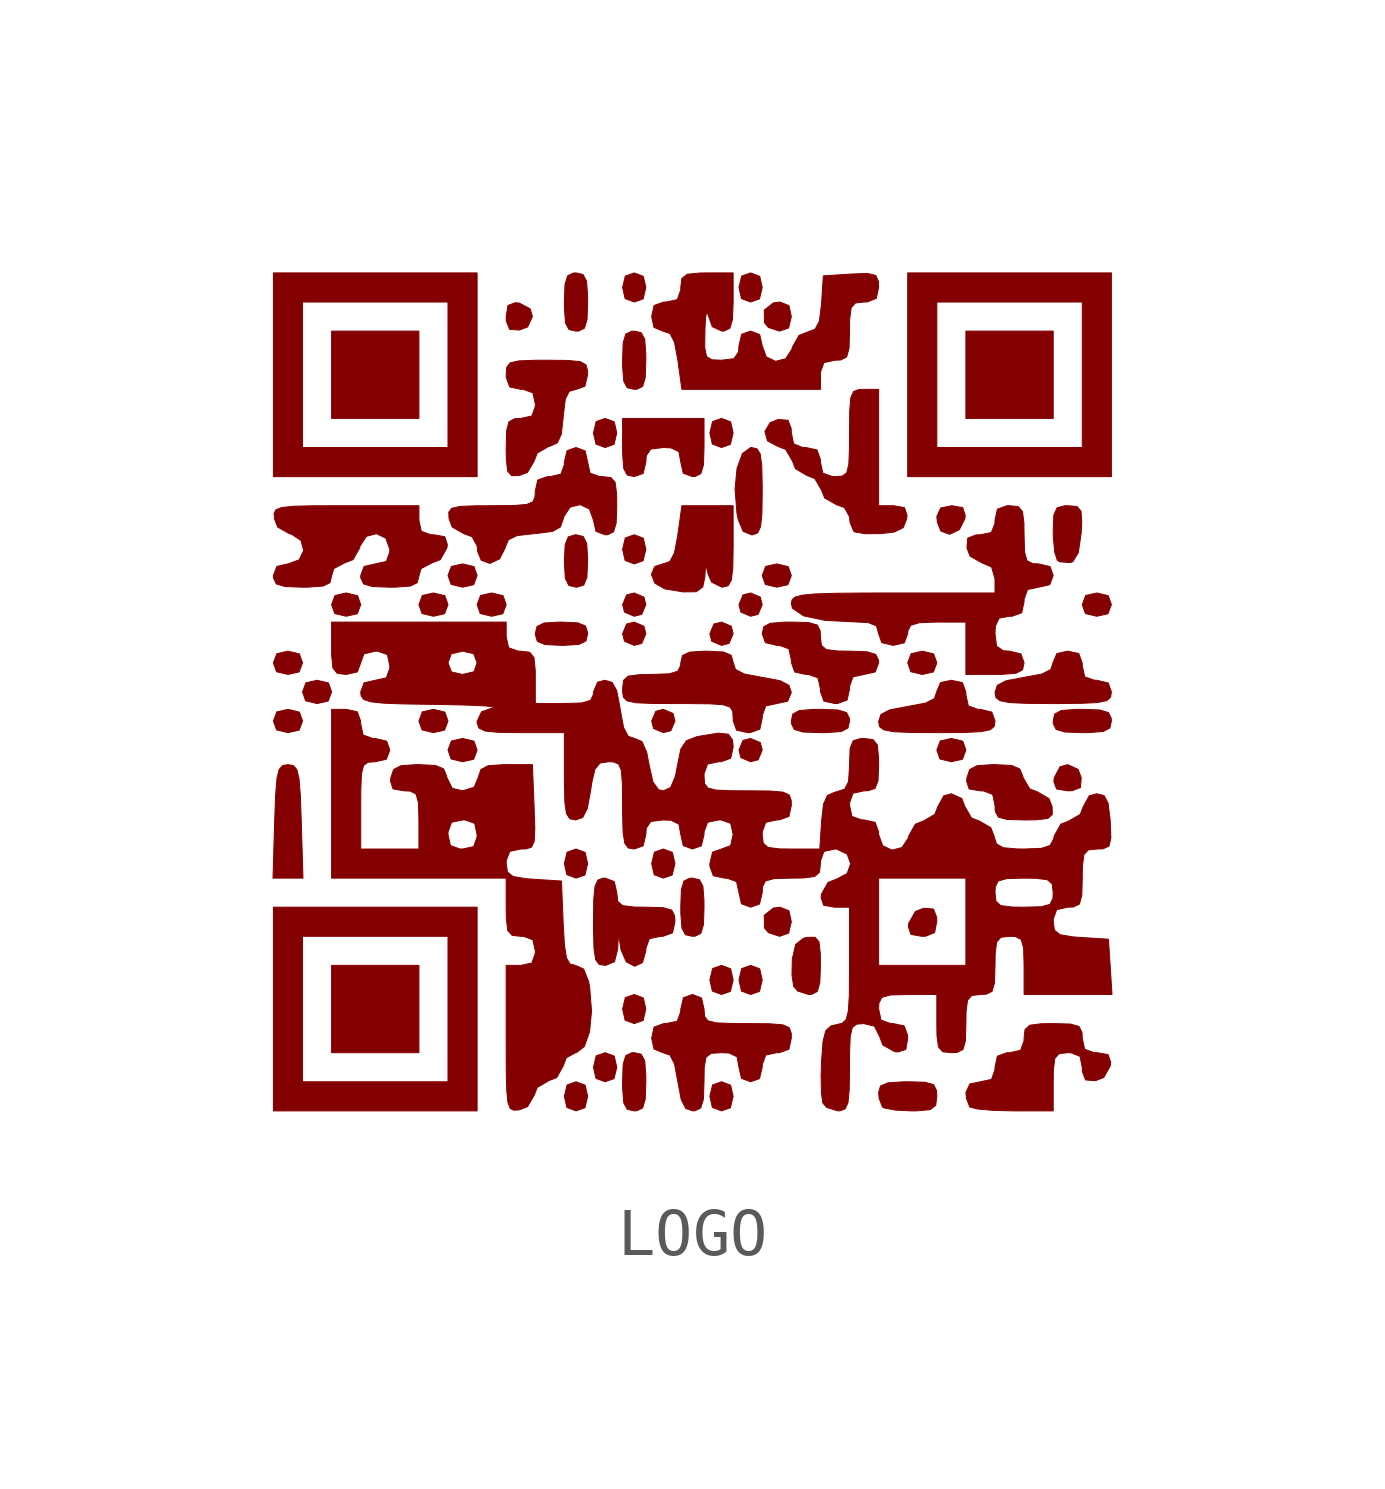
<source format=kicad_sym>
(kicad_symbol_lib
  (version 20210619)
  (generator bitmap2component)
  (symbol "LOGO"
    (pin_names
      (offset 1.016))
    (property "Reference" "#G"
      (at 0 9.672 0)
      (effects (font (size 1.27 1.27)) hide))
    (symbol "LOGO_0_0"
      (polyline (pts (xy -4.54 -5.276) (xy -8.835 -5.276) (xy -8.835 -5.89) (xy -8.221 -5.89) (xy -5.154 -5.89) (xy -5.154 -8.957) (xy -8.221 -8.957) (xy -8.221 -5.89) (xy -8.835 -5.89) (xy -8.835 -9.571) (xy -4.54 -9.571) (xy -4.54 -5.276)) (stroke (width 0.01)) (fill (type outline)))
      (polyline (pts (xy -3.651 -9.549) (xy -3.478 -9.483) (xy -3.336 -9.241) (xy -3.272 -9.076) (xy -3.029 -8.934) (xy -2.861 -8.868) (xy -2.722 -8.62) (xy -2.66 -8.451) (xy -2.462 -8.344) (xy -2.446 -8.343) (xy -2.279 -8.215) (xy -2.169 -7.905) (xy -2.127 -7.471) (xy -2.166 -6.966) (xy -2.189 -6.842) (xy -2.293 -6.58) (xy -2.464 -6.503) (xy -2.58 -6.474) (xy -2.655 -6.349) (xy -2.698 -6.079) (xy -2.725 -5.614) (xy -2.761 -4.724) (xy -3.344 -4.687) (xy -3.507 -4.675) (xy -3.783 -4.629) (xy -3.901 -4.533) (xy -3.927 -4.349) (xy -3.925 -4.291) (xy -3.851 -4.098) (xy -3.615 -4.049) (xy -3.506 -4.047) (xy -3.391 -4.009) (xy -3.335 -3.883) (xy -3.323 -3.618) (xy -3.338 -3.16) (xy -3.374 -2.27) (xy -3.927 -2.27) (xy -3.987 -2.27) (xy -4.307 -2.292) (xy -4.46 -2.373) (xy -4.518 -2.546) (xy -4.602 -2.746) (xy -4.847 -2.822) (xy -5.064 -2.769) (xy -5.176 -2.546) (xy -5.181 -2.516) (xy -5.247 -2.358) (xy -5.42 -2.287) (xy -5.767 -2.27) (xy -5.828 -2.27) (xy -6.147 -2.292) (xy -6.301 -2.373) (xy -6.359 -2.546) (xy -6.366 -2.62) (xy -6.312 -2.782) (xy -6.082 -2.822) (xy -5.951 -2.828) (xy -5.827 -2.89) (xy -5.777 -3.072) (xy -5.767 -3.436) (xy -5.767 -3.743) (xy -5.154 -3.743) (xy -5.152 -3.686) (xy -5.08 -3.486) (xy -4.847 -3.436) (xy -4.79 -3.437) (xy -4.591 -3.509) (xy -4.54 -3.743) (xy -4.541 -3.799) (xy -4.613 -3.999) (xy -4.847 -4.049) (xy -4.903 -4.048) (xy -5.103 -3.976) (xy -5.154 -3.743) (xy -5.767 -3.743) (xy -5.767 -4.049) (xy -6.994 -4.049) (xy -6.994 -3.129) (xy -6.993 -2.806) (xy -6.979 -2.467) (xy -6.935 -2.289) (xy -6.843 -2.22) (xy -6.688 -2.209) (xy -6.453 -2.156) (xy -6.381 -1.963) (xy -6.447 -1.775) (xy -6.688 -1.718) (xy -6.744 -1.717) (xy -6.944 -1.645) (xy -6.994 -1.411) (xy -6.995 -1.355) (xy -7.067 -1.155) (xy -7.301 -1.104) (xy -7.608 -1.104) (xy -7.608 -4.663) (xy -3.927 -4.663) (xy -3.927 -5.276) (xy -3.924 -5.522) (xy -3.893 -5.768) (xy -3.802 -5.87) (xy -3.62 -5.89) (xy -3.563 -5.891) (xy -3.364 -5.963) (xy -3.313 -6.197) (xy -3.314 -6.253) (xy -3.386 -6.453) (xy -3.62 -6.503) (xy -3.927 -6.503) (xy -3.927 -8.112) (xy -3.925 -8.729) (xy -3.915 -9.143) (xy -3.89 -9.394) (xy -3.842 -9.519) (xy -3.765 -9.557) (xy -3.651 -9.549)) (stroke (width 0.01)) (fill (type outline)))
      (polyline (pts (xy -2.266 -9.505) (xy -2.209 -9.264) (xy -2.262 -9.029) (xy -2.454 -8.957) (xy -2.642 -9.024) (xy -2.7 -9.264) (xy -2.647 -9.499) (xy -2.454 -9.571) (xy -2.266 -9.505)) (stroke (width 0.01)) (fill (type outline)))
      (polyline (pts (xy -1.17 -9.568) (xy -1.049 -9.509) (xy -0.995 -9.325) (xy -0.982 -8.957) (xy -0.983 -8.816) (xy -1.006 -8.513) (xy -1.08 -8.376) (xy -1.227 -8.344) (xy -1.284 -8.347) (xy -1.405 -8.406) (xy -1.46 -8.589) (xy -1.472 -8.957) (xy -1.471 -9.099) (xy -1.448 -9.402) (xy -1.374 -9.539) (xy -1.227 -9.571) (xy -1.17 -9.568)) (stroke (width 0.01)) (fill (type outline)))
      (polyline (pts (xy 0.054 -9.569) (xy 0.175 -9.511) (xy 0.232 -9.327) (xy 0.245 -8.957) (xy 0.249 -8.655) (xy 0.287 -8.44) (xy 0.396 -8.357) (xy 0.614 -8.344) (xy 0.774 -8.351) (xy 0.942 -8.431) (xy 0.982 -8.651) (xy 1.035 -8.886) (xy 1.227 -8.957) (xy 1.415 -8.891) (xy 1.472 -8.651) (xy 1.474 -8.594) (xy 1.546 -8.395) (xy 1.779 -8.344) (xy 1.836 -8.343) (xy 2.035 -8.271) (xy 2.086 -8.037) (xy 2.083 -7.929) (xy 2.041 -7.816) (xy 1.908 -7.757) (xy 1.634 -7.734) (xy 1.166 -7.73) (xy 0.842 -7.729) (xy 0.504 -7.715) (xy 0.326 -7.671) (xy 0.257 -7.58) (xy 0.245 -7.424) (xy 0.192 -7.189) (xy 0 -7.117) (xy -0.188 -7.183) (xy -0.245 -7.424) (xy -0.247 -7.48) (xy -0.319 -7.68) (xy -0.552 -7.73) (xy -0.609 -7.732) (xy -0.808 -7.804) (xy -0.859 -8.037) (xy -0.81 -8.266) (xy -0.625 -8.344) (xy -0.623 -8.344) (xy -0.473 -8.394) (xy -0.377 -8.581) (xy -0.307 -8.957) (xy -0.306 -8.963) (xy -0.235 -9.337) (xy -0.139 -9.522) (xy 0.011 -9.571) (xy 0.054 -9.569)) (stroke (width 0.01)) (fill (type outline)))
      (polyline (pts (xy 0.801 -9.505) (xy 0.859 -9.264) (xy 0.806 -9.029) (xy 0.614 -8.957) (xy 0.426 -9.024) (xy 0.368 -9.264) (xy 0.421 -9.499) (xy 0.614 -9.571) (xy 0.801 -9.505)) (stroke (width 0.01)) (fill (type outline)))
      (polyline (pts (xy 3.112 -9.569) (xy 3.221 -9.529) (xy 3.281 -9.397) (xy 3.307 -9.121) (xy 3.313 -8.651) (xy 3.314 -8.344) (xy 3.328 -7.998) (xy 3.371 -7.815) (xy 3.459 -7.743) (xy 3.611 -7.73) (xy 3.84 -7.785) (xy 3.949 -8.007) (xy 4.016 -8.182) (xy 4.264 -8.322) (xy 4.338 -8.329) (xy 4.5 -8.275) (xy 4.54 -8.046) (xy 4.538 -7.974) (xy 4.465 -7.779) (xy 4.233 -7.73) (xy 4.177 -7.729) (xy 3.977 -7.657) (xy 3.927 -7.424) (xy 3.932 -7.301) (xy 3.994 -7.178) (xy 4.176 -7.127) (xy 4.54 -7.117) (xy 5.154 -7.117) (xy 5.154 -7.73) (xy 5.157 -7.977) (xy 5.188 -8.223) (xy 5.278 -8.324) (xy 5.46 -8.344) (xy 5.583 -8.338) (xy 5.706 -8.276) (xy 5.757 -8.095) (xy 5.767 -7.73) (xy 5.77 -7.484) (xy 5.801 -7.238) (xy 5.892 -7.137) (xy 6.074 -7.117) (xy 6.197 -7.111) (xy 6.32 -7.049) (xy 6.371 -6.867) (xy 6.381 -6.503) (xy 6.384 -6.257) (xy 6.415 -6.011) (xy 6.505 -5.91) (xy 6.687 -5.89) (xy 6.811 -5.896) (xy 6.934 -5.958) (xy 6.984 -6.139) (xy 6.994 -6.503) (xy 6.994 -7.117) (xy 8.848 -7.117) (xy 8.811 -6.534) (xy 8.773 -5.951) (xy 8.191 -5.914) (xy 8.027 -5.902) (xy 7.752 -5.856) (xy 7.633 -5.76) (xy 7.608 -5.576) (xy 7.609 -5.527) (xy 7.681 -5.327) (xy 7.915 -5.276) (xy 8.038 -5.271) (xy 8.161 -5.209) (xy 8.211 -5.027) (xy 8.221 -4.663) (xy 8.224 -4.409) (xy 8.256 -4.167) (xy 8.349 -4.068) (xy 8.535 -4.049) (xy 8.659 -4.045) (xy 8.783 -3.989) (xy 8.824 -3.818) (xy 8.811 -3.466) (xy 8.807 -3.418) (xy 8.765 -3.081) (xy 8.682 -2.923) (xy 8.528 -2.884) (xy 8.368 -2.927) (xy 8.244 -3.152) (xy 8.18 -3.317) (xy 7.938 -3.459) (xy 7.769 -3.525) (xy 7.63 -3.773) (xy 7.618 -3.837) (xy 7.543 -3.974) (xy 7.358 -4.035) (xy 6.994 -4.049) (xy 6.855 -4.048) (xy 6.555 -4.022) (xy 6.412 -3.941) (xy 6.359 -3.773) (xy 6.293 -3.6) (xy 6.051 -3.459) (xy 5.886 -3.395) (xy 5.744 -3.152) (xy 5.681 -2.984) (xy 5.46 -2.884) (xy 5.301 -2.927) (xy 5.177 -3.152) (xy 5.113 -3.317) (xy 4.87 -3.459) (xy 4.701 -3.525) (xy 4.562 -3.773) (xy 4.555 -3.812) (xy 4.42 -4.018) (xy 4.208 -4.072) (xy 4.012 -3.979) (xy 3.927 -3.743) (xy 3.925 -3.686) (xy 3.853 -3.486) (xy 3.62 -3.436) (xy 3.563 -3.434) (xy 3.364 -3.362) (xy 3.313 -3.129) (xy 3.314 -3.072) (xy 3.386 -2.873) (xy 3.62 -2.822) (xy 3.703 -2.82) (xy 3.851 -2.772) (xy 3.914 -2.611) (xy 3.927 -2.27) (xy 3.925 -2.121) (xy 3.899 -1.853) (xy 3.809 -1.741) (xy 3.62 -1.718) (xy 3.544 -1.72) (xy 3.391 -1.766) (xy 3.326 -1.924) (xy 3.313 -2.261) (xy 3.313 -2.307) (xy 3.292 -2.63) (xy 3.211 -2.786) (xy 3.037 -2.844) (xy 3.004 -2.85) (xy 2.846 -2.921) (xy 2.764 -3.105) (xy 2.724 -3.466) (xy 2.686 -4.049) (xy 2.079 -4.049) (xy 1.843 -4.047) (xy 1.595 -4.016) (xy 1.493 -3.925) (xy 1.472 -3.743) (xy 1.474 -3.686) (xy 1.546 -3.486) (xy 1.779 -3.436) (xy 1.836 -3.434) (xy 2.035 -3.362) (xy 2.086 -3.129) (xy 2.083 -3.021) (xy 2.041 -2.908) (xy 1.908 -2.849) (xy 1.634 -2.826) (xy 1.166 -2.822) (xy 0.842 -2.821) (xy 0.504 -2.807) (xy 0.326 -2.763) (xy 0.257 -2.671) (xy 0.245 -2.515) (xy 0.247 -2.459) (xy 0.319 -2.259) (xy 0.552 -2.209) (xy 0.609 -2.207) (xy 0.808 -2.135) (xy 0.859 -1.902) (xy 0.847 -1.752) (xy 0.76 -1.628) (xy 0.543 -1.606) (xy 0.143 -1.671) (xy 0.093 -1.681) (xy -0.127 -1.766) (xy -0.244 -1.941) (xy -0.315 -2.284) (xy -0.358 -2.512) (xy -0.459 -2.752) (xy -0.614 -2.822) (xy -0.715 -2.798) (xy -0.833 -2.632) (xy -0.914 -2.27) (xy -0.964 -2.008) (xy -1.064 -1.782) (xy -1.219 -1.718) (xy -1.354 -1.672) (xy -1.452 -1.485) (xy -1.522 -1.104) (xy -1.527 -1.067) (xy -1.596 -0.709) (xy -1.692 -0.536) (xy -1.845 -0.491) (xy -1.999 -0.531) (xy -2.086 -0.736) (xy -2.089 -0.793) (xy -2.148 -0.914) (xy -2.332 -0.969) (xy -2.7 -0.982) (xy -3.313 -0.982) (xy -3.313 -0.429) (xy -3.314 -0.281) (xy -3.341 -0.013) (xy -3.43 0.1) (xy -3.62 0.123) (xy -3.676 0.124) (xy -3.876 0.196) (xy -3.927 0.429) (xy -3.927 0.736) (xy -7.608 0.736) (xy -7.608 0.184) (xy -7.607 0.035) (xy -7.58 -0.233) (xy -7.49 -0.345) (xy -7.301 -0.368) (xy -7.066 -0.315) (xy -6.994 -0.123) (xy -6.928 0.065) (xy -6.688 0.123) (xy -6.631 0.121) (xy -6.431 0.05) (xy -6.394 -0.123) (xy -5.154 -0.123) (xy -5.087 0.065) (xy -4.847 0.123) (xy -4.612 0.07) (xy -4.54 -0.123) (xy -4.606 -0.311) (xy -4.847 -0.368) (xy -5.082 -0.315) (xy -5.154 -0.123) (xy -6.394 -0.123) (xy -6.381 -0.184) (xy -6.382 -0.241) (xy -6.454 -0.44) (xy -6.688 -0.491) (xy -6.922 -0.544) (xy -6.994 -0.736) (xy -6.985 -0.822) (xy -6.928 -0.897) (xy -6.784 -0.945) (xy -6.512 -0.974) (xy -6.074 -0.99) (xy -5.43 -1) (xy -5.283 -1.002) (xy -4.762 -1.014) (xy -4.386 -1.03) (xy -4.189 -1.05) (xy -4.203 -1.069) (xy -4.446 -1.155) (xy -4.54 -1.358) (xy -4.539 -1.393) (xy -4.5 -1.501) (xy -4.368 -1.562) (xy -4.091 -1.589) (xy -3.62 -1.595) (xy -2.7 -1.595) (xy -2.7 -2.515) (xy -2.699 -2.636) (xy -2.69 -3.062) (xy -2.656 -3.303) (xy -2.586 -3.411) (xy -2.466 -3.436) (xy -2.464 -3.436) (xy -2.314 -3.385) (xy -2.218 -3.199) (xy -2.147 -2.822) (xy -2.122 -2.649) (xy -2.054 -2.364) (xy -1.948 -2.237) (xy -1.768 -2.209) (xy -1.671 -2.212) (xy -1.559 -2.254) (xy -1.5 -2.386) (xy -1.477 -2.661) (xy -1.472 -3.129) (xy -1.472 -3.295) (xy -1.462 -3.701) (xy -1.426 -3.928) (xy -1.353 -4.027) (xy -1.227 -4.049) (xy -1.039 -3.983) (xy -0.982 -3.743) (xy -0.973 -3.609) (xy -0.877 -3.469) (xy -0.614 -3.436) (xy -0.454 -3.443) (xy -0.285 -3.523) (xy -0.245 -3.743) (xy -0.193 -3.977) (xy 0 -4.049) (xy 0.188 -3.983) (xy 0.245 -3.743) (xy 0.247 -3.686) (xy 0.319 -3.486) (xy 0.552 -3.436) (xy 0.609 -3.437) (xy 0.808 -3.509) (xy 0.859 -3.743) (xy 0.806 -3.977) (xy 0.614 -4.049) (xy 0.426 -4.115) (xy 0.368 -4.356) (xy 0.369 -4.413) (xy 0.441 -4.612) (xy 0.675 -4.663) (xy 0.731 -4.664) (xy 0.931 -4.736) (xy 0.982 -4.97) (xy 1.035 -5.204) (xy 1.227 -5.276) (xy 1.415 -5.21) (xy 1.472 -4.97) (xy 1.478 -4.846) (xy 1.54 -4.723) (xy 1.722 -4.673) (xy 2.086 -4.663) (xy 2.332 -4.66) (xy 2.578 -4.629) (xy 2.68 -4.538) (xy 2.7 -4.356) (xy 2.701 -4.3) (xy 2.773 -4.1) (xy 3.006 -4.049) (xy 3.045 -4.051) (xy 3.263 -4.156) (xy 3.337 -4.359) (xy 3.263 -4.566) (xy 3.079 -4.663) (xy 3.927 -4.663) (xy 5.767 -4.663) (xy 5.767 -4.97) (xy 6.381 -4.97) (xy 6.386 -4.846) (xy 6.448 -4.723) (xy 6.63 -4.673) (xy 6.994 -4.663) (xy 7.24 -4.666) (xy 7.486 -4.697) (xy 7.588 -4.787) (xy 7.608 -4.97) (xy 7.602 -5.093) (xy 7.54 -5.216) (xy 7.358 -5.266) (xy 6.994 -5.276) (xy 6.748 -5.273) (xy 6.502 -5.242) (xy 6.401 -5.152) (xy 6.381 -4.97) (xy 5.767 -4.97) (xy 5.767 -6.503) (xy 3.927 -6.503) (xy 3.927 -4.663) (xy 3.079 -4.663) (xy 3.037 -4.685) (xy 2.861 -4.752) (xy 2.722 -5) (xy 2.714 -5.075) (xy 2.768 -5.236) (xy 2.998 -5.276) (xy 3.313 -5.276) (xy 3.313 -6.495) (xy 3.313 -6.645) (xy 3.308 -7.15) (xy 3.288 -7.467) (xy 3.243 -7.642) (xy 3.163 -7.722) (xy 3.037 -7.753) (xy 2.92 -7.781) (xy 2.812 -7.881) (xy 2.755 -8.105) (xy 2.724 -8.514) (xy 2.714 -8.834) (xy 2.721 -9.196) (xy 2.75 -9.404) (xy 2.831 -9.499) (xy 3.064 -9.571) (xy 3.112 -9.569)) (stroke (width 0.01)) (fill (type outline)))
      (polyline (pts (xy 4.737 -9.57) (xy 5.013 -9.545) (xy 5.13 -9.456) (xy 5.154 -9.264) (xy 5.148 -9.141) (xy 5.086 -9.018) (xy 4.904 -8.967) (xy 4.54 -8.957) (xy 4.456 -8.958) (xy 4.123 -8.979) (xy 3.966 -9.046) (xy 3.927 -9.182) (xy 3.938 -9.309) (xy 4.008 -9.489) (xy 4.046 -9.51) (xy 4.278 -9.554) (xy 4.622 -9.571) (xy 4.737 -9.57)) (stroke (width 0.01)) (fill (type outline)))
      (polyline (pts (xy 7.608 -8.957) (xy 7.611 -8.711) (xy 7.642 -8.465) (xy 7.732 -8.364) (xy 7.915 -8.344) (xy 7.984 -8.346) (xy 8.174 -8.421) (xy 8.221 -8.659) (xy 8.224 -8.744) (xy 8.291 -8.919) (xy 8.497 -8.935) (xy 8.673 -8.868) (xy 8.813 -8.62) (xy 8.82 -8.546) (xy 8.766 -8.384) (xy 8.537 -8.344) (xy 8.465 -8.342) (xy 8.27 -8.269) (xy 8.221 -8.037) (xy 8.215 -7.914) (xy 8.153 -7.791) (xy 7.972 -7.74) (xy 7.608 -7.73) (xy 7.362 -7.733) (xy 7.116 -7.764) (xy 7.014 -7.855) (xy 6.994 -8.037) (xy 6.993 -8.094) (xy 6.921 -8.293) (xy 6.687 -8.344) (xy 6.631 -8.345) (xy 6.431 -8.417) (xy 6.381 -8.651) (xy 6.379 -8.707) (xy 6.307 -8.907) (xy 6.074 -8.957) (xy 5.851 -9.003) (xy 5.767 -9.182) (xy 5.779 -9.309) (xy 5.849 -9.489) (xy 5.849 -9.489) (xy 6.006 -9.53) (xy 6.336 -9.56) (xy 6.769 -9.571) (xy 7.608 -9.571) (xy 7.608 -8.957)) (stroke (width 0.01)) (fill (type outline)))
      (polyline (pts (xy -1.653 -8.891) (xy -1.595 -8.651) (xy -1.648 -8.416) (xy -1.841 -8.344) (xy -2.029 -8.41) (xy -2.086 -8.651) (xy -2.033 -8.886) (xy -1.841 -8.957) (xy -1.653 -8.891)) (stroke (width 0.01)) (fill (type outline)))
      (polyline (pts (xy -1.039 -7.664) (xy -0.982 -7.424) (xy -1.035 -7.189) (xy -1.227 -7.117) (xy -1.415 -7.183) (xy -1.472 -7.424) (xy -1.419 -7.659) (xy -1.227 -7.73) (xy -1.039 -7.664)) (stroke (width 0.01)) (fill (type outline)))
      (polyline (pts (xy 0.801 -7.051) (xy 0.859 -6.81) (xy 0.806 -6.575) (xy 0.614 -6.503) (xy 0.426 -6.57) (xy 0.368 -6.81) (xy 0.421 -7.045) (xy 0.614 -7.117) (xy 0.801 -7.051)) (stroke (width 0.01)) (fill (type outline)))
      (polyline (pts (xy 1.415 -7.051) (xy 1.472 -6.81) (xy 1.419 -6.575) (xy 1.227 -6.503) (xy 1.039 -6.57) (xy 0.982 -6.81) (xy 1.035 -7.045) (xy 1.227 -7.117) (xy 1.415 -7.051)) (stroke (width 0.01)) (fill (type outline)))
      (polyline (pts (xy 2.516 -7.114) (xy 2.634 -7.052) (xy 2.687 -6.865) (xy 2.7 -6.495) (xy 2.697 -6.248) (xy 2.668 -6.003) (xy 2.586 -5.91) (xy 2.423 -5.912) (xy 2.344 -5.929) (xy 2.179 -6.059) (xy 2.108 -6.362) (xy 2.107 -6.373) (xy 2.1 -6.707) (xy 2.135 -6.944) (xy 2.216 -7.042) (xy 2.45 -7.117) (xy 2.516 -7.114)) (stroke (width 0.01)) (fill (type outline)))
      (polyline (pts (xy -1.053 -6.445) (xy -0.982 -6.197) (xy -0.98 -6.14) (xy -0.908 -5.941) (xy -0.675 -5.89) (xy -0.618 -5.889) (xy -0.419 -5.817) (xy -0.368 -5.583) (xy -0.374 -5.46) (xy -0.436 -5.337) (xy -0.618 -5.286) (xy -0.982 -5.276) (xy -1.228 -5.273) (xy -1.474 -5.242) (xy -1.575 -5.152) (xy -1.595 -4.97) (xy -1.648 -4.735) (xy -1.841 -4.663) (xy -1.885 -4.664) (xy -1.993 -4.704) (xy -2.054 -4.837) (xy -2.08 -5.113) (xy -2.086 -5.583) (xy -2.086 -5.749) (xy -2.075 -6.155) (xy -2.04 -6.383) (xy -1.966 -6.482) (xy -1.841 -6.503) (xy -1.829 -6.503) (xy -1.643 -6.425) (xy -1.577 -6.166) (xy -1.558 -5.829) (xy -1.507 -6.166) (xy -1.506 -6.173) (xy -1.394 -6.429) (xy -1.217 -6.521) (xy -1.053 -6.445)) (stroke (width 0.01)) (fill (type outline)))
      (polyline (pts (xy 0.057 -5.887) (xy 0.178 -5.828) (xy 0.233 -5.644) (xy 0.245 -5.276) (xy 0.244 -5.134) (xy 0.221 -4.832) (xy 0.147 -4.695) (xy 0 -4.663) (xy -0.057 -4.665) (xy -0.178 -4.725) (xy -0.233 -4.908) (xy -0.245 -5.276) (xy -0.244 -5.418) (xy -0.221 -5.72) (xy -0.147 -5.857) (xy 0 -5.89) (xy 0.057 -5.887)) (stroke (width 0.01)) (fill (type outline)))
      (polyline (pts (xy 2.029 -5.823) (xy 2.086 -5.583) (xy 2.036 -5.352) (xy 1.848 -5.276) (xy 1.708 -5.294) (xy 1.515 -5.446) (xy 1.519 -5.712) (xy 1.602 -5.812) (xy 1.837 -5.89) (xy 2.029 -5.823)) (stroke (width 0.01)) (fill (type outline)))
      (polyline (pts (xy -8.248 -3.466) (xy -8.267 -2.93) (xy -8.294 -2.574) (xy -8.34 -2.375) (xy -8.415 -2.289) (xy -8.528 -2.27) (xy -8.639 -2.288) (xy -8.714 -2.371) (xy -8.761 -2.565) (xy -8.789 -2.916) (xy -8.809 -3.466) (xy -8.844 -4.663) (xy -8.212 -4.663) (xy -8.248 -3.466)) (stroke (width 0.01)) (fill (type outline)))
      (polyline (pts (xy -2.266 -4.597) (xy -2.209 -4.356) (xy -2.262 -4.121) (xy -2.454 -4.049) (xy -2.642 -4.115) (xy -2.7 -4.356) (xy -2.647 -4.591) (xy -2.454 -4.663) (xy -2.266 -4.597)) (stroke (width 0.01)) (fill (type outline)))
      (polyline (pts (xy -0.426 -4.597) (xy -0.368 -4.356) (xy -0.421 -4.121) (xy -0.614 -4.049) (xy -0.801 -4.115) (xy -0.859 -4.356) (xy -0.806 -4.591) (xy -0.614 -4.663) (xy -0.426 -4.597)) (stroke (width 0.01)) (fill (type outline)))
      (polyline (pts (xy 7.249 -3.433) (xy 7.495 -3.405) (xy 7.588 -3.322) (xy 7.586 -3.16) (xy 7.52 -2.987) (xy 7.278 -2.845) (xy 7.113 -2.781) (xy 6.971 -2.539) (xy 6.968 -2.517) (xy 6.902 -2.359) (xy 6.729 -2.287) (xy 6.381 -2.27) (xy 6.32 -2.27) (xy 6 -2.292) (xy 5.847 -2.373) (xy 5.789 -2.546) (xy 5.782 -2.62) (xy 5.835 -2.782) (xy 6.065 -2.822) (xy 6.137 -2.824) (xy 6.332 -2.898) (xy 6.381 -3.129) (xy 6.387 -3.257) (xy 6.451 -3.377) (xy 6.635 -3.426) (xy 7.003 -3.436) (xy 7.249 -3.433)) (stroke (width 0.01)) (fill (type outline)))
      (polyline (pts (xy 8.012 -2.819) (xy 8.184 -2.751) (xy 8.199 -2.546) (xy 8.134 -2.37) (xy 7.915 -2.27) (xy 7.752 -2.315) (xy 7.63 -2.546) (xy 7.622 -2.63) (xy 7.68 -2.784) (xy 7.915 -2.822) (xy 8.012 -2.819)) (stroke (width 0.01)) (fill (type outline)))
      (polyline (pts (xy -4.612 -2.156) (xy -4.54 -1.963) (xy -4.606 -1.775) (xy -4.847 -1.718) (xy -5.082 -1.771) (xy -5.154 -1.963) (xy -5.087 -2.151) (xy -4.847 -2.209) (xy -4.612 -2.156)) (stroke (width 0.01)) (fill (type outline)))
      (polyline (pts (xy 1.386 -2.168) (xy 1.472 -1.963) (xy 1.432 -1.805) (xy 1.227 -1.718) (xy 1.068 -1.758) (xy 0.982 -1.963) (xy 1.022 -2.122) (xy 1.227 -2.209) (xy 1.386 -2.168)) (stroke (width 0.01)) (fill (type outline)))
      (polyline (pts (xy 5.695 -2.156) (xy 5.767 -1.963) (xy 5.701 -1.775) (xy 5.46 -1.718) (xy 5.226 -1.771) (xy 5.154 -1.963) (xy 5.22 -2.151) (xy 5.46 -2.209) (xy 5.695 -2.156)) (stroke (width 0.01)) (fill (type outline)))
      (polyline (pts (xy -8.293 -1.542) (xy -8.221 -1.35) (xy -8.287 -1.162) (xy -8.528 -1.104) (xy -8.763 -1.157) (xy -8.835 -1.35) (xy -8.769 -1.538) (xy -8.528 -1.595) (xy -8.293 -1.542)) (stroke (width 0.01)) (fill (type outline)))
      (polyline (pts (xy -5.226 -1.542) (xy -5.154 -1.35) (xy -5.22 -1.162) (xy -5.46 -1.104) (xy -5.695 -1.157) (xy -5.767 -1.35) (xy -5.701 -1.538) (xy -5.46 -1.595) (xy -5.226 -1.542)) (stroke (width 0.01)) (fill (type outline)))
      (polyline (pts (xy -0.455 -1.555) (xy -0.368 -1.35) (xy -0.408 -1.191) (xy -0.614 -1.104) (xy -0.772 -1.145) (xy -0.859 -1.35) (xy -0.819 -1.508) (xy -0.614 -1.595) (xy -0.455 -1.555)) (stroke (width 0.01)) (fill (type outline)))
      (polyline (pts (xy 1.222 -1.594) (xy 1.422 -1.522) (xy 1.472 -1.288) (xy 1.474 -1.232) (xy 1.546 -1.032) (xy 1.779 -0.982) (xy 2.008 -0.933) (xy 2.086 -0.748) (xy 2.086 -0.746) (xy 2.035 -0.596) (xy 1.849 -0.5) (xy 1.472 -0.429) (xy 1.467 -0.429) (xy 1.093 -0.358) (xy 0.908 -0.262) (xy 0.859 -0.111) (xy 0.859 -0.108) (xy 0.817 0.037) (xy 0.653 0.106) (xy 0.307 0.123) (xy 0.267 0.123) (xy -0.059 0.103) (xy -0.209 0.031) (xy -0.245 -0.123) (xy -0.248 -0.179) (xy -0.307 -0.3) (xy -0.491 -0.355) (xy -0.859 -0.368) (xy -1.105 -0.371) (xy -1.351 -0.402) (xy -1.453 -0.493) (xy -1.472 -0.675) (xy -1.472 -0.727) (xy -1.454 -0.851) (xy -1.375 -0.926) (xy -1.187 -0.965) (xy -0.847 -0.98) (xy -0.307 -0.982) (xy -0.11 -0.982) (xy 0.362 -0.987) (xy 0.648 -1.007) (xy 0.796 -1.057) (xy 0.851 -1.146) (xy 0.859 -1.288) (xy 0.86 -1.345) (xy 0.932 -1.544) (xy 1.166 -1.595) (xy 1.222 -1.594)) (stroke (width 0.01)) (fill (type outline)))
      (polyline (pts (xy 2.841 -1.594) (xy 3.144 -1.57) (xy 3.281 -1.497) (xy 3.313 -1.35) (xy 3.31 -1.293) (xy 3.251 -1.172) (xy 3.067 -1.117) (xy 2.7 -1.104) (xy 2.558 -1.105) (xy 2.255 -1.129) (xy 2.118 -1.203) (xy 2.086 -1.35) (xy 2.089 -1.407) (xy 2.148 -1.527) (xy 2.332 -1.582) (xy 2.7 -1.595) (xy 2.841 -1.594)) (stroke (width 0.01)) (fill (type outline)))
      (polyline (pts (xy 5.219 -1.595) (xy 5.756 -1.591) (xy 6.096 -1.573) (xy 6.284 -1.533) (xy 6.364 -1.462) (xy 6.381 -1.35) (xy 6.314 -1.162) (xy 6.074 -1.104) (xy 6.017 -1.103) (xy 5.818 -1.031) (xy 5.767 -0.798) (xy 5.766 -0.741) (xy 5.694 -0.541) (xy 5.46 -0.491) (xy 5.232 -0.539) (xy 5.154 -0.725) (xy 5.154 -0.727) (xy 5.103 -0.876) (xy 4.917 -0.972) (xy 4.54 -1.043) (xy 4.535 -1.044) (xy 4.16 -1.115) (xy 3.976 -1.211) (xy 3.927 -1.361) (xy 3.927 -1.361) (xy 3.946 -1.468) (xy 4.035 -1.536) (xy 4.236 -1.575) (xy 4.594 -1.591) (xy 5.154 -1.595) (xy 5.219 -1.595)) (stroke (width 0.01)) (fill (type outline)))
      (polyline (pts (xy 8.363 -1.594) (xy 8.665 -1.57) (xy 8.803 -1.497) (xy 8.835 -1.35) (xy 8.832 -1.293) (xy 8.773 -1.172) (xy 8.589 -1.117) (xy 8.221 -1.104) (xy 8.079 -1.105) (xy 7.777 -1.129) (xy 7.64 -1.203) (xy 7.608 -1.35) (xy 7.61 -1.407) (xy 7.67 -1.527) (xy 7.853 -1.582) (xy 8.221 -1.595) (xy 8.363 -1.594)) (stroke (width 0.01)) (fill (type outline)))
      (polyline (pts (xy -7.68 -0.929) (xy -7.608 -0.736) (xy -7.674 -0.548) (xy -7.915 -0.491) (xy -8.149 -0.544) (xy -8.221 -0.736) (xy -8.155 -0.924) (xy -7.915 -0.982) (xy -7.68 -0.929)) (stroke (width 0.01)) (fill (type outline)))
      (polyline (pts (xy 3.063 -0.98) (xy 3.262 -0.908) (xy 3.313 -0.675) (xy 3.314 -0.618) (xy 3.386 -0.419) (xy 3.62 -0.368) (xy 3.855 -0.315) (xy 3.927 -0.123) (xy 3.924 -0.066) (xy 3.865 0.055) (xy 3.681 0.11) (xy 3.313 0.123) (xy 3.067 0.126) (xy 2.821 0.157) (xy 2.719 0.247) (xy 2.7 0.429) (xy 2.694 0.553) (xy 2.632 0.675) (xy 2.45 0.726) (xy 2.086 0.736) (xy 1.944 0.735) (xy 1.642 0.711) (xy 1.505 0.638) (xy 1.472 0.491) (xy 1.539 0.303) (xy 1.779 0.245) (xy 1.836 0.244) (xy 2.035 0.172) (xy 2.086 -0.061) (xy 2.087 -0.118) (xy 2.159 -0.317) (xy 2.393 -0.368) (xy 2.449 -0.369) (xy 2.649 -0.441) (xy 2.7 -0.675) (xy 2.701 -0.731) (xy 2.773 -0.931) (xy 3.006 -0.982) (xy 3.063 -0.98)) (stroke (width 0.01)) (fill (type outline)))
      (polyline (pts (xy 8.21 -0.977) (xy 8.55 -0.96) (xy 8.738 -0.919) (xy 8.818 -0.848) (xy 8.835 -0.736) (xy 8.769 -0.548) (xy 8.528 -0.491) (xy 8.472 -0.489) (xy 8.272 -0.418) (xy 8.221 -0.184) (xy 8.22 -0.128) (xy 8.148 0.072) (xy 7.915 0.123) (xy 7.686 0.074) (xy 7.608 -0.111) (xy 7.608 -0.113) (xy 7.557 -0.263) (xy 7.371 -0.359) (xy 6.994 -0.429) (xy 6.989 -0.43) (xy 6.614 -0.501) (xy 6.43 -0.597) (xy 6.381 -0.748) (xy 6.381 -0.748) (xy 6.4 -0.855) (xy 6.489 -0.923) (xy 6.69 -0.961) (xy 7.048 -0.978) (xy 7.608 -0.982) (xy 7.673 -0.982) (xy 8.21 -0.977)) (stroke (width 0.01)) (fill (type outline)))
      (polyline (pts (xy -8.293 -0.315) (xy -8.221 -0.123) (xy -8.287 0.065) (xy -8.528 0.123) (xy -8.763 0.07) (xy -8.835 -0.123) (xy -8.769 -0.311) (xy -8.528 -0.368) (xy -8.293 -0.315)) (stroke (width 0.01)) (fill (type outline)))
      (polyline (pts (xy 5.082 -0.315) (xy 5.154 -0.123) (xy 5.087 0.065) (xy 4.847 0.123) (xy 4.612 0.07) (xy 4.54 -0.123) (xy 4.606 -0.311) (xy 4.847 -0.368) (xy 5.082 -0.315)) (stroke (width 0.01)) (fill (type outline)))
      (polyline (pts (xy 6.523 -0.367) (xy 6.825 -0.343) (xy 6.962 -0.27) (xy 6.994 -0.123) (xy 6.928 0.065) (xy 6.687 0.123) (xy 6.554 0.132) (xy 6.414 0.228) (xy 6.381 0.491) (xy 6.388 0.651) (xy 6.468 0.819) (xy 6.687 0.859) (xy 6.744 0.86) (xy 6.944 0.932) (xy 6.994 1.166) (xy 6.995 1.222) (xy 7.067 1.422) (xy 7.301 1.472) (xy 7.536 1.525) (xy 7.608 1.718) (xy 7.542 1.906) (xy 7.301 1.963) (xy 7.178 1.969) (xy 7.055 2.031) (xy 7.004 2.213) (xy 6.994 2.577) (xy 6.991 2.823) (xy 6.96 3.069) (xy 6.87 3.171) (xy 6.687 3.19) (xy 6.631 3.189) (xy 6.431 3.117) (xy 6.381 2.884) (xy 6.379 2.814) (xy 6.303 2.624) (xy 6.065 2.577) (xy 5.981 2.574) (xy 5.806 2.507) (xy 5.789 2.301) (xy 5.856 2.125) (xy 6.105 1.985) (xy 6.309 1.897) (xy 6.381 1.648) (xy 6.381 1.35) (xy 4.233 1.35) (xy 3.606 1.349) (xy 3.001 1.343) (xy 2.582 1.33) (xy 2.315 1.304) (xy 2.165 1.263) (xy 2.1 1.203) (xy 2.086 1.12) (xy 2.114 1.024) (xy 2.344 0.868) (xy 2.798 0.772) (xy 3.466 0.738) (xy 3.705 0.726) (xy 3.882 0.656) (xy 3.927 0.491) (xy 3.993 0.303) (xy 4.233 0.245) (xy 4.468 0.298) (xy 4.54 0.491) (xy 4.543 0.548) (xy 4.602 0.668) (xy 4.786 0.723) (xy 5.154 0.736) (xy 5.767 0.736) (xy 5.767 -0.368) (xy 6.381 -0.368) (xy 6.523 -0.367)) (stroke (width 0.01)) (fill (type outline)))
      (polyline (pts (xy -2.721 0.245) (xy -2.395 0.265) (xy -2.245 0.338) (xy -2.209 0.491) (xy -2.209 0.508) (xy -2.253 0.653) (xy -2.416 0.72) (xy -2.761 0.736) (xy -2.801 0.736) (xy -3.127 0.717) (xy -3.277 0.644) (xy -3.313 0.491) (xy -3.313 0.473) (xy -3.269 0.328) (xy -3.106 0.262) (xy -2.761 0.245) (xy -2.721 0.245)) (stroke (width 0.01)) (fill (type outline)))
      (polyline (pts (xy -1.068 0.286) (xy -0.982 0.491) (xy -1.022 0.649) (xy -1.227 0.736) (xy -1.386 0.696) (xy -1.472 0.491) (xy -1.432 0.332) (xy -1.227 0.245) (xy -1.068 0.286)) (stroke (width 0.01)) (fill (type outline)))
      (polyline (pts (xy 0.772 0.286) (xy 0.859 0.491) (xy 0.819 0.649) (xy 0.614 0.736) (xy 0.455 0.696) (xy 0.368 0.491) (xy 0.408 0.332) (xy 0.614 0.245) (xy 0.772 0.286)) (stroke (width 0.01)) (fill (type outline)))
      (polyline (pts (xy -7.066 0.912) (xy -6.994 1.104) (xy -7.06 1.292) (xy -7.301 1.35) (xy -7.536 1.297) (xy -7.608 1.104) (xy -7.542 0.916) (xy -7.301 0.859) (xy -7.066 0.912)) (stroke (width 0.01)) (fill (type outline)))
      (polyline (pts (xy -5.226 0.912) (xy -5.154 1.104) (xy -5.22 1.292) (xy -5.46 1.35) (xy -5.695 1.297) (xy -5.767 1.104) (xy -5.701 0.916) (xy -5.46 0.859) (xy -5.226 0.912)) (stroke (width 0.01)) (fill (type outline)))
      (polyline (pts (xy -3.998 0.912) (xy -3.927 1.104) (xy -3.993 1.292) (xy -4.233 1.35) (xy -4.468 1.297) (xy -4.54 1.104) (xy -4.474 0.916) (xy -4.233 0.859) (xy -3.998 0.912)) (stroke (width 0.01)) (fill (type outline)))
      (polyline (pts (xy -1.068 0.899) (xy -0.982 1.104) (xy -1.022 1.263) (xy -1.227 1.35) (xy -1.386 1.309) (xy -1.472 1.104) (xy -1.432 0.946) (xy -1.227 0.859) (xy -1.068 0.899)) (stroke (width 0.01)) (fill (type outline)))
      (polyline (pts (xy 1.386 0.899) (xy 1.472 1.104) (xy 1.432 1.263) (xy 1.227 1.35) (xy 1.068 1.309) (xy 0.982 1.104) (xy 1.022 0.946) (xy 1.227 0.859) (xy 1.386 0.899)) (stroke (width 0.01)) (fill (type outline)))
      (polyline (pts (xy 8.763 0.912) (xy 8.835 1.104) (xy 8.769 1.292) (xy 8.528 1.35) (xy 8.293 1.297) (xy 8.221 1.104) (xy 8.287 0.916) (xy 8.528 0.859) (xy 8.763 0.912)) (stroke (width 0.01)) (fill (type outline)))
      (polyline (pts (xy 0.082 1.376) (xy 0.219 1.476) (xy 0.262 1.687) (xy 0.272 1.846) (xy 0.293 1.91) (xy 0.332 1.749) (xy 0.404 1.579) (xy 0.622 1.472) (xy 0.632 1.472) (xy 0.753 1.502) (xy 0.821 1.62) (xy 0.852 1.879) (xy 0.859 2.331) (xy 0.859 3.19) (xy -0.222 3.19) (xy -0.307 2.577) (xy -0.307 2.571) (xy -0.378 2.197) (xy -0.475 2.013) (xy -0.625 1.963) (xy -0.794 1.908) (xy -0.865 1.742) (xy -0.791 1.555) (xy -0.583 1.436) (xy -0.197 1.373) (xy 0.082 1.376)) (stroke (width 0.01)) (fill (type outline)))
      (polyline (pts (xy -6.261 1.473) (xy -5.947 1.496) (xy -5.802 1.567) (xy -5.767 1.709) (xy -5.722 1.864) (xy -5.491 1.985) (xy -5.316 2.053) (xy -5.176 2.301) (xy -5.168 2.375) (xy -5.222 2.537) (xy -5.452 2.577) (xy -5.523 2.579) (xy -5.718 2.652) (xy -5.767 2.884) (xy -5.767 3.19) (xy -7.376 3.19) (xy -7.993 3.189) (xy -8.407 3.179) (xy -8.657 3.153) (xy -8.782 3.106) (xy -8.821 3.028) (xy -8.813 2.914) (xy -8.745 2.739) (xy -8.497 2.599) (xy -8.459 2.592) (xy -8.253 2.456) (xy -8.198 2.244) (xy -8.292 2.049) (xy -8.528 1.963) (xy -8.763 1.91) (xy -8.835 1.718) (xy -8.832 1.661) (xy -8.773 1.54) (xy -8.589 1.485) (xy -8.221 1.472) (xy -8.101 1.473) (xy -7.787 1.496) (xy -7.643 1.567) (xy -7.608 1.709) (xy -7.562 1.864) (xy -7.332 1.985) (xy -7.156 2.053) (xy -7.016 2.301) (xy -7.009 2.339) (xy -6.874 2.545) (xy -6.662 2.6) (xy -6.466 2.506) (xy -6.381 2.27) (xy -6.382 2.213) (xy -6.454 2.014) (xy -6.688 1.963) (xy -6.922 1.91) (xy -6.994 1.718) (xy -6.992 1.661) (xy -6.932 1.54) (xy -6.749 1.485) (xy -6.381 1.472) (xy -6.261 1.473)) (stroke (width 0.01)) (fill (type outline)))
      (polyline (pts (xy -4.612 1.525) (xy -4.54 1.718) (xy -4.606 1.906) (xy -4.847 1.963) (xy -5.082 1.91) (xy -5.154 1.718) (xy -5.087 1.53) (xy -4.847 1.472) (xy -4.612 1.525)) (stroke (width 0.01)) (fill (type outline)))
      (polyline (pts (xy -2.437 1.473) (xy -2.291 1.516) (xy -2.225 1.68) (xy -2.209 2.025) (xy -2.209 2.064) (xy -2.228 2.391) (xy -2.301 2.541) (xy -2.454 2.577) (xy -2.472 2.577) (xy -2.617 2.533) (xy -2.683 2.37) (xy -2.7 2.025) (xy -2.699 1.985) (xy -2.68 1.659) (xy -2.607 1.509) (xy -2.454 1.472) (xy -2.437 1.473)) (stroke (width 0.01)) (fill (type outline)))
      (polyline (pts (xy 2.014 1.525) (xy 2.086 1.718) (xy 2.02 1.906) (xy 1.779 1.963) (xy 1.544 1.91) (xy 1.472 1.718) (xy 1.539 1.53) (xy 1.779 1.472) (xy 2.014 1.525)) (stroke (width 0.01)) (fill (type outline)))
      (polyline (pts (xy -4.066 2.069) (xy -3.95 2.296) (xy -3.947 2.312) (xy -3.878 2.474) (xy -3.696 2.56) (xy -3.336 2.601) (xy -3.281 2.605) (xy -2.947 2.649) (xy -2.783 2.741) (xy -2.722 2.914) (xy -2.715 2.953) (xy -2.579 3.159) (xy -2.367 3.213) (xy -2.172 3.12) (xy -2.086 2.884) (xy -2.033 2.649) (xy -1.841 2.577) (xy -1.784 2.579) (xy -1.663 2.639) (xy -1.608 2.822) (xy -1.595 3.19) (xy -1.598 3.437) (xy -1.629 3.683) (xy -1.72 3.784) (xy -1.902 3.804) (xy -1.958 3.805) (xy -2.158 3.877) (xy -2.209 4.111) (xy -2.262 4.346) (xy -2.454 4.417) (xy -2.642 4.351) (xy -2.7 4.111) (xy -2.701 4.054) (xy -2.773 3.854) (xy -3.006 3.804) (xy -3.063 3.803) (xy -3.262 3.731) (xy -3.313 3.497) (xy -3.317 3.386) (xy -3.36 3.275) (xy -3.494 3.217) (xy -3.771 3.194) (xy -4.242 3.19) (xy -4.542 3.189) (xy -4.892 3.176) (xy -5.074 3.136) (xy -5.138 3.054) (xy -5.131 2.914) (xy -5.064 2.739) (xy -4.816 2.599) (xy -4.647 2.537) (xy -4.54 2.343) (xy -4.529 2.226) (xy -4.454 2.041) (xy -4.272 1.973) (xy -4.066 2.069)) (stroke (width 0.01)) (fill (type outline)))
      (polyline (pts (xy -1.039 2.03) (xy -0.982 2.27) (xy -1.035 2.505) (xy -1.227 2.577) (xy -1.415 2.511) (xy -1.472 2.27) (xy -1.419 2.035) (xy -1.227 1.963) (xy -1.039 2.03)) (stroke (width 0.01)) (fill (type outline)))
      (polyline (pts (xy 8.025 2.013) (xy 8.139 2.205) (xy 8.197 2.609) (xy 8.21 2.838) (xy 8.195 3.076) (xy 8.109 3.173) (xy 7.921 3.19) (xy 7.849 3.189) (xy 7.689 3.146) (xy 7.621 2.991) (xy 7.608 2.659) (xy 7.611 2.522) (xy 7.641 2.207) (xy 7.694 2.041) (xy 7.752 2.006) (xy 7.97 1.991) (xy 8.025 2.013)) (stroke (width 0.01)) (fill (type outline)))
      (polyline (pts (xy 1.268 2.577) (xy 1.376 2.615) (xy 1.438 2.748) (xy 1.466 3.025) (xy 1.472 3.497) (xy 1.472 3.6) (xy 1.463 4.033) (xy 1.43 4.28) (xy 1.361 4.391) (xy 1.243 4.417) (xy 1.229 4.417) (xy 1.056 4.291) (xy 0.942 3.982) (xy 0.899 3.545) (xy 0.939 3.035) (xy 0.964 2.905) (xy 1.069 2.651) (xy 1.243 2.577) (xy 1.268 2.577)) (stroke (width 0.01)) (fill (type outline)))
      (polyline (pts (xy 3.983 2.602) (xy 4.255 2.635) (xy 4.446 2.728) (xy 4.518 2.914) (xy 4.526 2.989) (xy 4.472 3.15) (xy 4.242 3.19) (xy 3.927 3.19) (xy 3.927 5.644) (xy 3.62 5.644) (xy 3.512 5.641) (xy 3.399 5.599) (xy 3.34 5.467) (xy 3.317 5.192) (xy 3.313 4.724) (xy 3.312 4.401) (xy 3.298 4.062) (xy 3.254 3.884) (xy 3.162 3.815) (xy 3.006 3.804) (xy 2.95 3.805) (xy 2.75 3.877) (xy 2.7 4.111) (xy 2.698 4.167) (xy 2.626 4.367) (xy 2.393 4.417) (xy 2.323 4.419) (xy 2.134 4.495) (xy 2.086 4.733) (xy 2.083 4.817) (xy 2.016 4.992) (xy 1.81 5.009) (xy 1.639 4.941) (xy 1.529 4.757) (xy 1.583 4.557) (xy 1.802 4.441) (xy 1.967 4.377) (xy 2.109 4.134) (xy 2.173 3.969) (xy 2.416 3.827) (xy 2.581 3.763) (xy 2.723 3.52) (xy 2.789 3.352) (xy 3.037 3.212) (xy 3.206 3.15) (xy 3.313 2.957) (xy 3.324 2.84) (xy 3.401 2.653) (xy 3.429 2.635) (xy 3.65 2.599) (xy 3.983 2.602)) (stroke (width 0.01)) (fill (type outline)))
      (polyline (pts (xy 5.629 2.685) (xy 5.745 2.916) (xy 5.753 2.989) (xy 5.699 3.15) (xy 5.469 3.19) (xy 5.236 3.143) (xy 5.154 2.965) (xy 5.166 2.839) (xy 5.24 2.654) (xy 5.424 2.587) (xy 5.629 2.685)) (stroke (width 0.01)) (fill (type outline)))
      (polyline (pts (xy -4.54 8.099) (xy -8.835 8.099) (xy -8.835 7.485) (xy -8.221 7.485) (xy -5.154 7.485) (xy -5.154 4.417) (xy -8.221 4.417) (xy -8.221 7.485) (xy -8.835 7.485) (xy -8.835 3.804) (xy -4.54 3.804) (xy -4.54 8.099)) (stroke (width 0.01)) (fill (type outline)))
      (polyline (pts (xy -3.651 3.826) (xy -3.478 3.892) (xy -3.336 4.134) (xy -3.272 4.299) (xy -3.029 4.441) (xy -3.006 4.444) (xy -2.848 4.515) (xy -2.764 4.699) (xy -2.724 5.062) (xy -2.722 5.09) (xy -2.68 5.437) (xy -2.598 5.603) (xy -2.447 5.644) (xy -2.268 5.709) (xy -2.209 5.951) (xy -2.21 6.033) (xy -2.244 6.16) (xy -2.362 6.227) (xy -2.619 6.253) (xy -3.068 6.258) (xy -3.297 6.257) (xy -3.652 6.245) (xy -3.84 6.203) (xy -3.914 6.112) (xy -3.927 5.951) (xy -3.925 5.895) (xy -3.853 5.695) (xy -3.62 5.644) (xy -3.563 5.643) (xy -3.364 5.571) (xy -3.313 5.338) (xy -3.314 5.281) (xy -3.386 5.082) (xy -3.62 5.031) (xy -3.748 5.024) (xy -3.868 4.961) (xy -3.917 4.776) (xy -3.927 4.409) (xy -3.924 4.162) (xy -3.895 3.917) (xy -3.813 3.824) (xy -3.651 3.826)) (stroke (width 0.01)) (fill (type outline)))
      (polyline (pts (xy 0.057 3.807) (xy 0.178 3.866) (xy 0.233 4.049) (xy 0.245 4.417) (xy 0.245 5.031) (xy -1.472 5.031) (xy -1.472 4.417) (xy -1.471 4.276) (xy -1.448 3.973) (xy -1.374 3.836) (xy -1.227 3.804) (xy -1.039 3.87) (xy -0.982 4.111) (xy -0.973 4.244) (xy -0.877 4.384) (xy -0.614 4.417) (xy -0.454 4.41) (xy -0.285 4.33) (xy -0.245 4.111) (xy -0.193 3.876) (xy 0 3.804) (xy 0.057 3.807)) (stroke (width 0.01)) (fill (type outline)))
      (polyline (pts (xy 8.835 8.099) (xy 4.54 8.099) (xy 4.54 7.485) (xy 5.154 7.485) (xy 8.221 7.485) (xy 8.221 4.417) (xy 5.154 4.417) (xy 5.154 7.485) (xy 4.54 7.485) (xy 4.54 3.804) (xy 8.835 3.804) (xy 8.835 8.099)) (stroke (width 0.01)) (fill (type outline)))
      (polyline (pts (xy -1.653 4.484) (xy -1.595 4.724) (xy -1.648 4.959) (xy -1.841 5.031) (xy -2.029 4.965) (xy -2.086 4.724) (xy -2.033 4.489) (xy -1.841 4.417) (xy -1.653 4.484)) (stroke (width 0.01)) (fill (type outline)))
      (polyline (pts (xy 0.801 4.484) (xy 0.859 4.724) (xy 0.806 4.959) (xy 0.614 5.031) (xy 0.426 4.965) (xy 0.368 4.724) (xy 0.421 4.489) (xy 0.614 4.417) (xy 0.801 4.484)) (stroke (width 0.01)) (fill (type outline)))
      (polyline (pts (xy -1.17 5.647) (xy -1.049 5.706) (xy -0.995 5.89) (xy -0.982 6.258) (xy -0.983 6.4) (xy -1.006 6.702) (xy -1.08 6.839) (xy -1.227 6.872) (xy -1.284 6.869) (xy -1.405 6.809) (xy -1.46 6.626) (xy -1.472 6.258) (xy -1.471 6.116) (xy -1.448 5.814) (xy -1.374 5.677) (xy -1.227 5.644) (xy -1.17 5.647)) (stroke (width 0.01)) (fill (type outline)))
      (polyline (pts (xy 2.7 5.951) (xy 2.701 6.008) (xy 2.773 6.207) (xy 3.006 6.258) (xy 3.129 6.264) (xy 3.252 6.326) (xy 3.303 6.507) (xy 3.313 6.872) (xy 3.316 7.118) (xy 3.347 7.364) (xy 3.438 7.465) (xy 3.62 7.485) (xy 3.687 7.487) (xy 3.878 7.562) (xy 3.927 7.798) (xy 3.922 7.922) (xy 3.866 8.047) (xy 3.695 8.088) (xy 3.344 8.075) (xy 2.761 8.037) (xy 2.724 7.462) (xy 2.721 7.423) (xy 2.677 7.08) (xy 2.587 6.911) (xy 2.417 6.848) (xy 2.248 6.782) (xy 2.108 6.534) (xy 2.101 6.496) (xy 1.966 6.289) (xy 1.754 6.235) (xy 1.558 6.329) (xy 1.472 6.565) (xy 1.419 6.8) (xy 1.227 6.872) (xy 1.039 6.805) (xy 0.982 6.565) (xy 0.973 6.431) (xy 0.877 6.291) (xy 0.614 6.258) (xy 0.411 6.267) (xy 0.297 6.337) (xy 0.26 6.528) (xy 0.264 6.902) (xy 0.277 7.153) (xy 0.303 7.289) (xy 0.333 7.209) (xy 0.418 6.966) (xy 0.622 6.872) (xy 0.668 6.873) (xy 0.79 6.932) (xy 0.845 7.116) (xy 0.859 7.485) (xy 0.859 8.099) (xy 0.307 8.099) (xy 0.158 8.097) (xy -0.11 8.071) (xy -0.223 7.981) (xy -0.245 7.792) (xy -0.247 7.735) (xy -0.319 7.536) (xy -0.552 7.485) (xy -0.609 7.484) (xy -0.808 7.412) (xy -0.859 7.178) (xy -0.81 6.95) (xy -0.625 6.872) (xy -0.623 6.872) (xy -0.473 6.821) (xy -0.377 6.635) (xy -0.307 6.258) (xy -0.222 5.644) (xy 2.7 5.644) (xy 2.7 5.951)) (stroke (width 0.01)) (fill (type outline)))
      (polyline (pts (xy -3.475 6.959) (xy -3.374 7.178) (xy -3.42 7.341) (xy -3.651 7.463) (xy -3.735 7.471) (xy -3.889 7.413) (xy -3.927 7.178) (xy -3.923 7.08) (xy -3.855 6.909) (xy -3.651 6.894) (xy -3.475 6.959)) (stroke (width 0.01)) (fill (type outline)))
      (polyline (pts (xy -2.397 6.874) (xy -2.276 6.934) (xy -2.222 7.117) (xy -2.209 7.485) (xy -2.21 7.627) (xy -2.233 7.929) (xy -2.307 8.066) (xy -2.454 8.099) (xy -2.511 8.096) (xy -2.632 8.037) (xy -2.687 7.853) (xy -2.7 7.485) (xy -2.699 7.343) (xy -2.675 7.041) (xy -2.601 6.904) (xy -2.454 6.872) (xy -2.397 6.874)) (stroke (width 0.01)) (fill (type outline)))
      (polyline (pts (xy 2.029 6.938) (xy 2.086 7.178) (xy 2.036 7.409) (xy 1.848 7.485) (xy 1.708 7.467) (xy 1.515 7.315) (xy 1.519 7.05) (xy 1.602 6.949) (xy 1.837 6.872) (xy 2.029 6.938)) (stroke (width 0.01)) (fill (type outline)))
      (polyline (pts (xy -1.039 7.551) (xy -0.982 7.792) (xy -1.035 8.027) (xy -1.227 8.099) (xy -1.415 8.032) (xy -1.472 7.792) (xy -1.419 7.557) (xy -1.227 7.485) (xy -1.039 7.551)) (stroke (width 0.01)) (fill (type outline)))
      (polyline (pts (xy 1.415 7.551) (xy 1.472 7.792) (xy 1.419 8.027) (xy 1.227 8.099) (xy 1.039 8.032) (xy 0.982 7.792) (xy 1.035 7.557) (xy 1.227 7.485) (xy 1.415 7.551)) (stroke (width 0.01)) (fill (type outline)))
      (polyline (pts (xy -5.767 -6.503) (xy -7.608 -6.503) (xy -7.608 -8.344) (xy -5.767 -8.344) (xy -5.767 -6.503)) (stroke (width 0.01)) (fill (type outline)))
      (polyline (pts (xy 4.916 -5.888) (xy 5.107 -5.812) (xy 5.154 -5.575) (xy 5.151 -5.49) (xy 5.084 -5.315) (xy 4.878 -5.298) (xy 4.702 -5.366) (xy 4.562 -5.614) (xy 4.554 -5.688) (xy 4.609 -5.85) (xy 4.838 -5.89) (xy 4.916 -5.888)) (stroke (width 0.01)) (fill (type outline)))
      (polyline (pts (xy -5.767 6.872) (xy -7.608 6.872) (xy -7.608 5.031) (xy -5.767 5.031) (xy -5.767 6.872)) (stroke (width 0.01)) (fill (type outline)))
      (polyline (pts (xy 7.608 6.872) (xy 5.767 6.872) (xy 5.767 5.031) (xy 7.608 5.031) (xy 7.608 6.872)) (stroke (width 0.01)) (fill (type outline))))))
</source>
